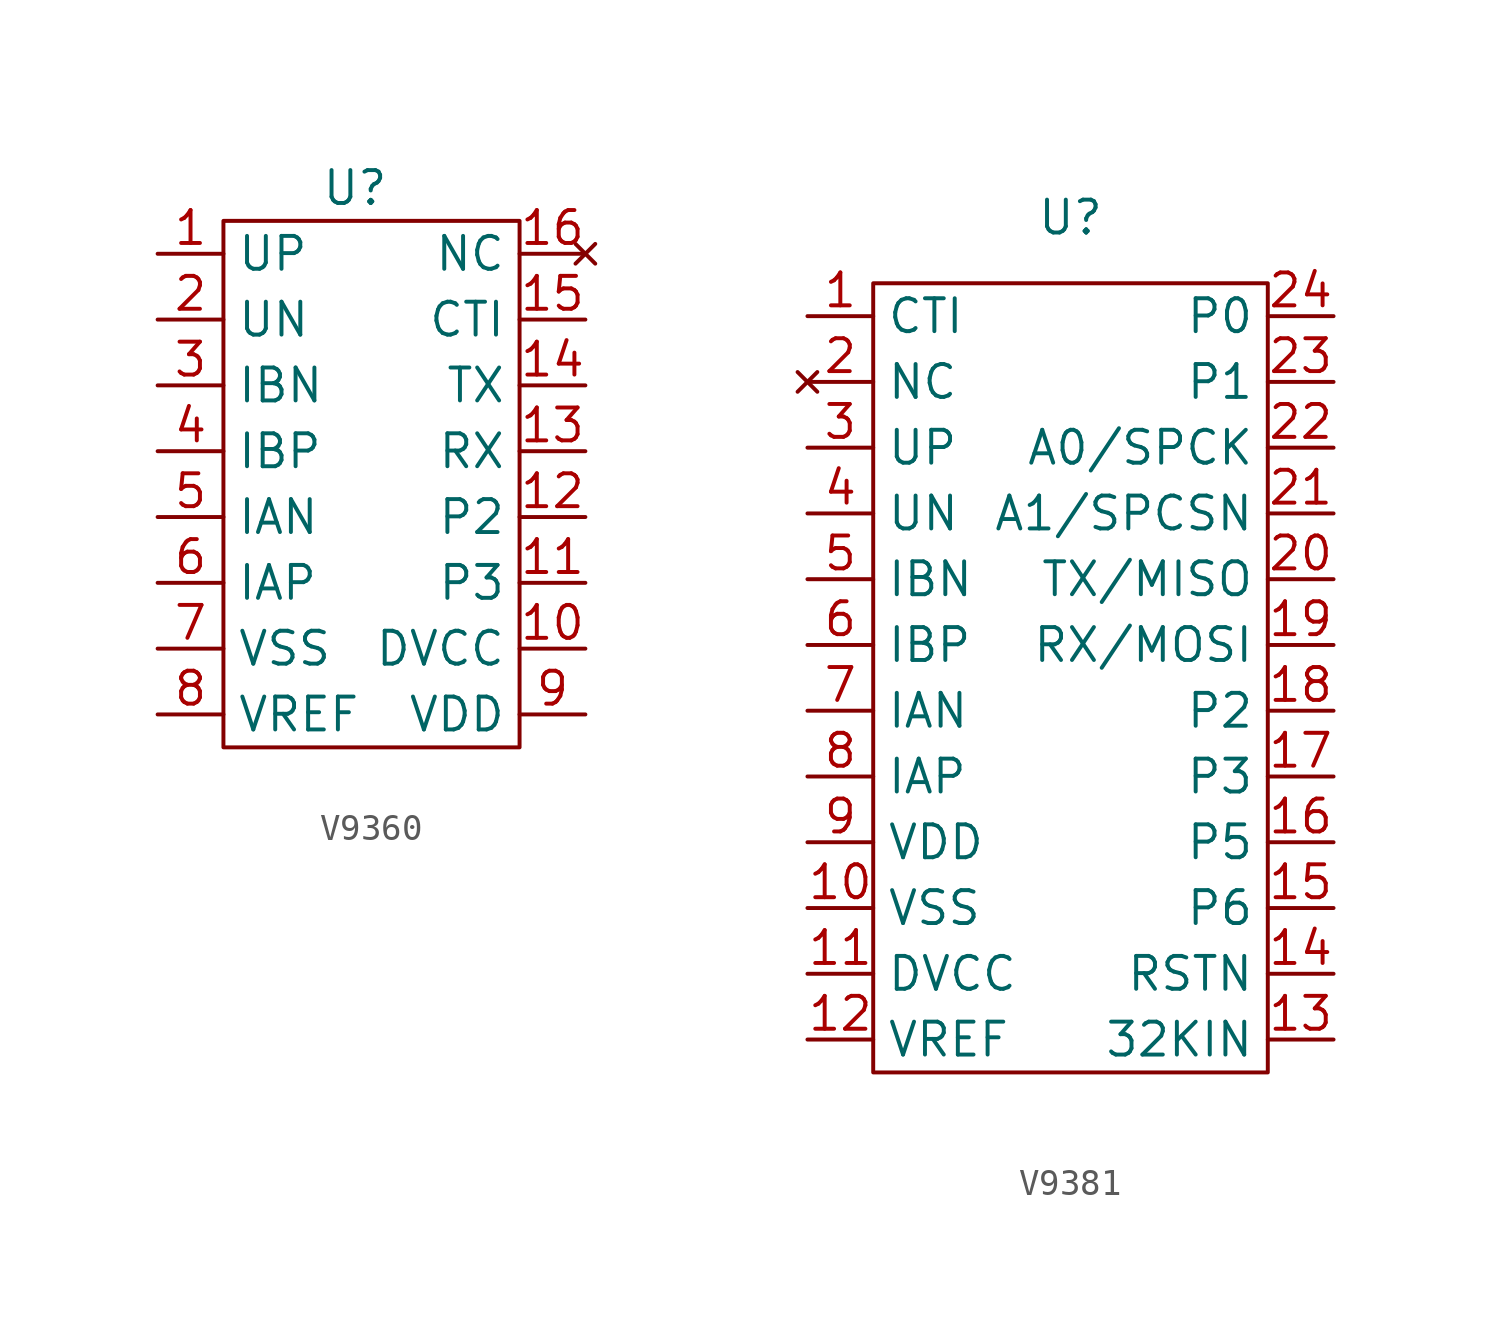
<source format=kicad_sym>
(kicad_symbol_lib
  (version 20220914)
  (generator kicad_symbol_editor)
  (symbol "V9360"
    (property "Reference" "U"
      (at 0 0 0)
      (effects (font (size 1.27 1.27))))
    (property "Value" ""
      (at 0 0 0)
      (effects (font (size 1.27 1.27))))
    (symbol "V9360_0_1"
      (rectangle (start -5.08 -1.27) (end 6.35 -21.59) (stroke (width 0) (type default)) (fill (type none))))
    (symbol "V9360_1_1"
      (pin input line (at -7.62 -2.54 0) (length 2.54) (name "UP" (effects (font (size 1.27 1.27)))) (number "1" (effects (font (size 1.27 1.27)))))
      (pin power_in line (at 8.89 -17.78 180) (length 2.54) (name "DVCC" (effects (font (size 1.27 1.27)))) (number "10" (effects (font (size 1.27 1.27)))))
      (pin output line (at 8.89 -15.24 180) (length 2.54) (name "P3" (effects (font (size 1.27 1.27)))) (number "11" (effects (font (size 1.27 1.27)))))
      (pin output line (at 8.89 -12.7 180) (length 2.54) (name "P2" (effects (font (size 1.27 1.27)))) (number "12" (effects (font (size 1.27 1.27)))))
      (pin input line (at 8.89 -10.16 180) (length 2.54) (name "RX" (effects (font (size 1.27 1.27)))) (number "13" (effects (font (size 1.27 1.27)))))
      (pin output line (at 8.89 -7.62 180) (length 2.54) (name "TX" (effects (font (size 1.27 1.27)))) (number "14" (effects (font (size 1.27 1.27)))))
      (pin input line (at 8.89 -5.08 180) (length 2.54) (name "CTI" (effects (font (size 1.27 1.27)))) (number "15" (effects (font (size 1.27 1.27)))))
      (pin no_connect line (at 8.89 -2.54 180) (length 2.54) (name "NC" (effects (font (size 1.27 1.27)))) (number "16" (effects (font (size 1.27 1.27)))))
      (pin input line (at -7.62 -5.08 0) (length 2.54) (name "UN" (effects (font (size 1.27 1.27)))) (number "2" (effects (font (size 1.27 1.27)))))
      (pin input line (at -7.62 -7.62 0) (length 2.54) (name "IBN" (effects (font (size 1.27 1.27)))) (number "3" (effects (font (size 1.27 1.27)))))
      (pin input line (at -7.62 -10.16 0) (length 2.54) (name "IBP" (effects (font (size 1.27 1.27)))) (number "4" (effects (font (size 1.27 1.27)))))
      (pin input line (at -7.62 -12.7 0) (length 2.54) (name "IAN" (effects (font (size 1.27 1.27)))) (number "5" (effects (font (size 1.27 1.27)))))
      (pin input line (at -7.62 -15.24 0) (length 2.54) (name "IAP" (effects (font (size 1.27 1.27)))) (number "6" (effects (font (size 1.27 1.27)))))
      (pin power_in line (at -7.62 -17.78 0) (length 2.54) (name "VSS" (effects (font (size 1.27 1.27)))) (number "7" (effects (font (size 1.27 1.27)))))
      (pin bidirectional line (at -7.62 -20.32 0) (length 2.54) (name "VREF" (effects (font (size 1.27 1.27)))) (number "8" (effects (font (size 1.27 1.27)))))
      (pin power_in line (at 8.89 -20.32 180) (length 2.54) (name "VDD" (effects (font (size 1.27 1.27)))) (number "9" (effects (font (size 1.27 1.27)))))))
  (symbol "V9381"
    (property "Reference" "U"
      (at 0 0 0)
      (effects (font (size 1.27 1.27))))
    (property "Value" ""
      (at 0 0 0)
      (effects (font (size 1.27 1.27))))
    (symbol "V9381_0_1"
      (rectangle (start -7.62 -2.54) (end 7.62 -33.02) (stroke (width 0) (type default)) (fill (type none))))
    (symbol "V9381_1_1"
      (pin input line (at -10.16 -3.81 0) (length 2.54) (name "CTI" (effects (font (size 1.27 1.27)))) (number "1" (effects (font (size 1.27 1.27)))))
      (pin power_in line (at -10.16 -26.67 0) (length 2.54) (name "VSS" (effects (font (size 1.27 1.27)))) (number "10" (effects (font (size 1.27 1.27)))))
      (pin power_out line (at -10.16 -29.21 0) (length 2.54) (name "DVCC" (effects (font (size 1.27 1.27)))) (number "11" (effects (font (size 1.27 1.27)))))
      (pin power_out line (at -10.16 -31.75 0) (length 2.54) (name "VREF" (effects (font (size 1.27 1.27)))) (number "12" (effects (font (size 1.27 1.27)))))
      (pin input line (at 10.16 -31.75 180) (length 2.54) (name "32KIN" (effects (font (size 1.27 1.27)))) (number "13" (effects (font (size 1.27 1.27)))))
      (pin input line (at 10.16 -29.21 180) (length 2.54) (name "RSTN" (effects (font (size 1.27 1.27)))) (number "14" (effects (font (size 1.27 1.27)))))
      (pin output line (at 10.16 -26.67 180) (length 2.54) (name "P6" (effects (font (size 1.27 1.27)))) (number "15" (effects (font (size 1.27 1.27)))))
      (pin output line (at 10.16 -24.13 180) (length 2.54) (name "P5" (effects (font (size 1.27 1.27)))) (number "16" (effects (font (size 1.27 1.27)))))
      (pin output line (at 10.16 -21.59 180) (length 2.54) (name "P3" (effects (font (size 1.27 1.27)))) (number "17" (effects (font (size 1.27 1.27)))))
      (pin output line (at 10.16 -19.05 180) (length 2.54) (name "P2" (effects (font (size 1.27 1.27)))) (number "18" (effects (font (size 1.27 1.27)))))
      (pin input line (at 10.16 -16.51 180) (length 2.54) (name "RX/MOSI" (effects (font (size 1.27 1.27)))) (number "19" (effects (font (size 1.27 1.27)))))
      (pin no_connect line (at -10.16 -6.35 0) (length 2.54) (name "NC" (effects (font (size 1.27 1.27)))) (number "2" (effects (font (size 1.27 1.27)))))
      (pin output line (at 10.16 -13.97 180) (length 2.54) (name "TX/MISO" (effects (font (size 1.27 1.27)))) (number "20" (effects (font (size 1.27 1.27)))))
      (pin input line (at 10.16 -11.43 180) (length 2.54) (name "A1/SPCSN" (effects (font (size 1.27 1.27)))) (number "21" (effects (font (size 1.27 1.27)))))
      (pin input line (at 10.16 -8.89 180) (length 2.54) (name "A0/SPCK" (effects (font (size 1.27 1.27)))) (number "22" (effects (font (size 1.27 1.27)))))
      (pin output line (at 10.16 -6.35 180) (length 2.54) (name "P1" (effects (font (size 1.27 1.27)))) (number "23" (effects (font (size 1.27 1.27)))))
      (pin output line (at 10.16 -3.81 180) (length 2.54) (name "P0" (effects (font (size 1.27 1.27)))) (number "24" (effects (font (size 1.27 1.27)))))
      (pin input line (at -10.16 -8.89 0) (length 2.54) (name "UP" (effects (font (size 1.27 1.27)))) (number "3" (effects (font (size 1.27 1.27)))))
      (pin input line (at -10.16 -11.43 0) (length 2.54) (name "UN" (effects (font (size 1.27 1.27)))) (number "4" (effects (font (size 1.27 1.27)))))
      (pin input line (at -10.16 -13.97 0) (length 2.54) (name "IBN" (effects (font (size 1.27 1.27)))) (number "5" (effects (font (size 1.27 1.27)))))
      (pin input line (at -10.16 -16.51 0) (length 2.54) (name "IBP" (effects (font (size 1.27 1.27)))) (number "6" (effects (font (size 1.27 1.27)))))
      (pin input line (at -10.16 -19.05 0) (length 2.54) (name "IAN" (effects (font (size 1.27 1.27)))) (number "7" (effects (font (size 1.27 1.27)))))
      (pin input line (at -10.16 -21.59 0) (length 2.54) (name "IAP" (effects (font (size 1.27 1.27)))) (number "8" (effects (font (size 1.27 1.27)))))
      (pin power_in line (at -10.16 -24.13 0) (length 2.54) (name "VDD" (effects (font (size 1.27 1.27)))) (number "9" (effects (font (size 1.27 1.27))))))))
</source>
